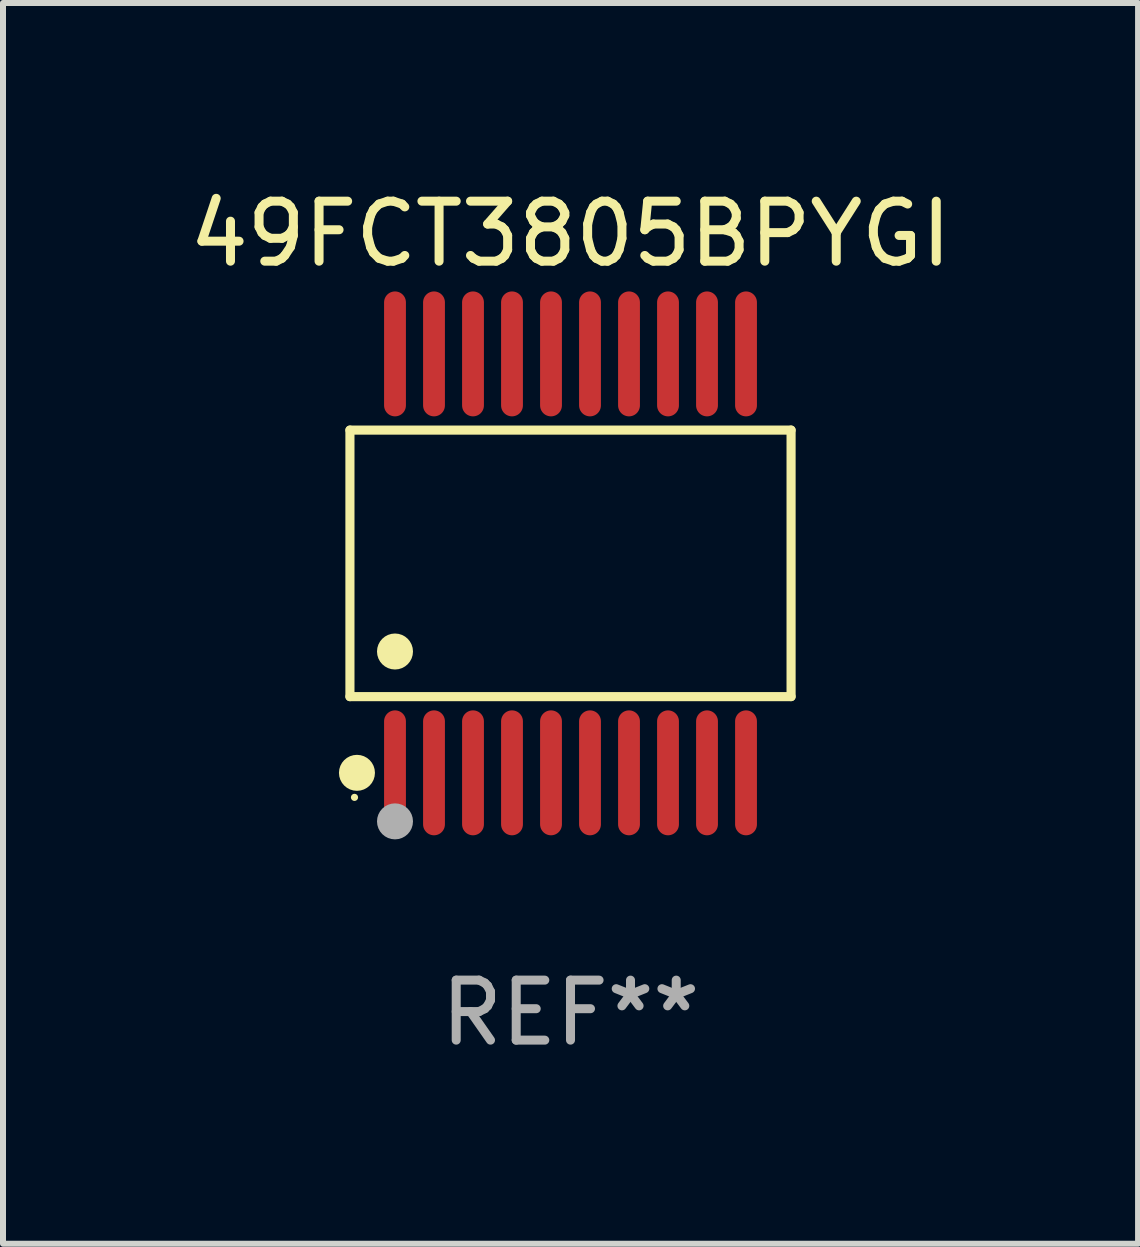
<source format=kicad_pcb>
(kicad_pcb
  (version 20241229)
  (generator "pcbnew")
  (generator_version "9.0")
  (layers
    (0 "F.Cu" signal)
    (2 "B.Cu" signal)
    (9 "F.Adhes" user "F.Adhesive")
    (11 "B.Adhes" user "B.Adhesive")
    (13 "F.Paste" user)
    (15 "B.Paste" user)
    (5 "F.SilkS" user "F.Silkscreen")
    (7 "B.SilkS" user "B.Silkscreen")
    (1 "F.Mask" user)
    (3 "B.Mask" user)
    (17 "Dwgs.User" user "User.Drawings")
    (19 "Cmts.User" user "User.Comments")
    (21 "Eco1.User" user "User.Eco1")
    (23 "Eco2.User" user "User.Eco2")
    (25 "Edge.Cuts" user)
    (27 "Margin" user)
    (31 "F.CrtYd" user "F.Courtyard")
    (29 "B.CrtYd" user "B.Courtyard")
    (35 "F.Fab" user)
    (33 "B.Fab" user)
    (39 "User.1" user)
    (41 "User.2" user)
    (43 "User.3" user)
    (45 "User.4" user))
  (footprint "49FCT3805BPYGI"
    (layer "F.Cu")
    (at 6.458 6.339)
    (property "Reference" "49FCT3805BPYGI" (at 0 -5.491 0) (layer "F.SilkS") (effects (font (size 1 1) (thickness 0.15))))
    (attr through_hole)
    (fp_line (start -3.676 -2.221) (end 3.676 -2.221) (stroke (width 0.152) (type solid)) (layer "F.SilkS"))
    (fp_line (start -3.676 2.221) (end -3.676 -2.221) (stroke (width 0.152) (type solid)) (layer "F.SilkS"))
    (fp_line (start 3.676 -2.221) (end 3.676 2.221) (stroke (width 0.152) (type solid)) (layer "F.SilkS"))
    (fp_line (start 3.676 2.221) (end -3.676 2.221) (stroke (width 0.152) (type solid)) (layer "F.SilkS"))
    (fp_circle (center -3.6 3.9) (end -3.57 3.9) (stroke (width 0.06) (type solid)) (fill no) (layer "F.SilkS"))
    (fp_circle (center -3.559 3.491) (end -3.409 3.491) (stroke (width 0.3) (type solid)) (fill no) (layer "F.SilkS"))
    (fp_circle (center -2.925 1.469) (end -2.775 1.469) (stroke (width 0.3) (type solid)) (fill no) (layer "F.SilkS"))
    (fp_circle (center -2.925 4.3) (end -2.775 4.3) (stroke (width 0.3) (type solid)) (fill no) (layer "F.Fab"))
    (fp_text user "REF**" (at 0 7.491 0) (layer "F.Fab") (effects (font (size 1 1) (thickness 0.15))))
    (pad "1" smd oval (at -2.925 3.491) (size 0.364 2.082) (layers "F.Cu" "F.Mask" "F.Paste"))
    (pad "2" smd oval (at -2.275 3.491) (size 0.364 2.082) (layers "F.Cu" "F.Mask" "F.Paste"))
    (pad "3" smd oval (at -1.625 3.491) (size 0.364 2.082) (layers "F.Cu" "F.Mask" "F.Paste"))
    (pad "4" smd oval (at -0.975 3.491) (size 0.364 2.082) (layers "F.Cu" "F.Mask" "F.Paste"))
    (pad "5" smd oval (at -0.325 3.491) (size 0.364 2.082) (layers "F.Cu" "F.Mask" "F.Paste"))
    (pad "6" smd oval (at 0.325 3.491) (size 0.364 2.082) (layers "F.Cu" "F.Mask" "F.Paste"))
    (pad "7" smd oval (at 0.975 3.491) (size 0.364 2.082) (layers "F.Cu" "F.Mask" "F.Paste"))
    (pad "8" smd oval (at 1.625 3.491) (size 0.364 2.082) (layers "F.Cu" "F.Mask" "F.Paste"))
    (pad "9" smd oval (at 2.275 3.491) (size 0.364 2.082) (layers "F.Cu" "F.Mask" "F.Paste"))
    (pad "10" smd oval (at 2.925 3.491) (size 0.364 2.082) (layers "F.Cu" "F.Mask" "F.Paste"))
    (pad "11" smd oval (at 2.925 -3.491) (size 0.364 2.082) (layers "F.Cu" "F.Mask" "F.Paste"))
    (pad "12" smd oval (at 2.275 -3.491) (size 0.364 2.082) (layers "F.Cu" "F.Mask" "F.Paste"))
    (pad "13" smd oval (at 1.625 -3.491) (size 0.364 2.082) (layers "F.Cu" "F.Mask" "F.Paste"))
    (pad "14" smd oval (at 0.975 -3.491) (size 0.364 2.082) (layers "F.Cu" "F.Mask" "F.Paste"))
    (pad "15" smd oval (at 0.325 -3.491) (size 0.364 2.082) (layers "F.Cu" "F.Mask" "F.Paste"))
    (pad "16" smd oval (at -0.325 -3.491) (size 0.364 2.082) (layers "F.Cu" "F.Mask" "F.Paste"))
    (pad "17" smd oval (at -0.975 -3.491) (size 0.364 2.082) (layers "F.Cu" "F.Mask" "F.Paste"))
    (pad "18" smd oval (at -1.625 -3.491) (size 0.364 2.082) (layers "F.Cu" "F.Mask" "F.Paste"))
    (pad "19" smd oval (at -2.275 -3.491) (size 0.364 2.082) (layers "F.Cu" "F.Mask" "F.Paste"))
    (pad "20" smd oval (at -2.925 -3.491) (size 0.364 2.082) (layers "F.Cu" "F.Mask" "F.Paste")))
  (gr_rect
    (start -3 -3)
    (end 15.917 17.678)
    (stroke (width 0.1) (type default))
    (fill no)
    (layer "Edge.Cuts")))
</source>
